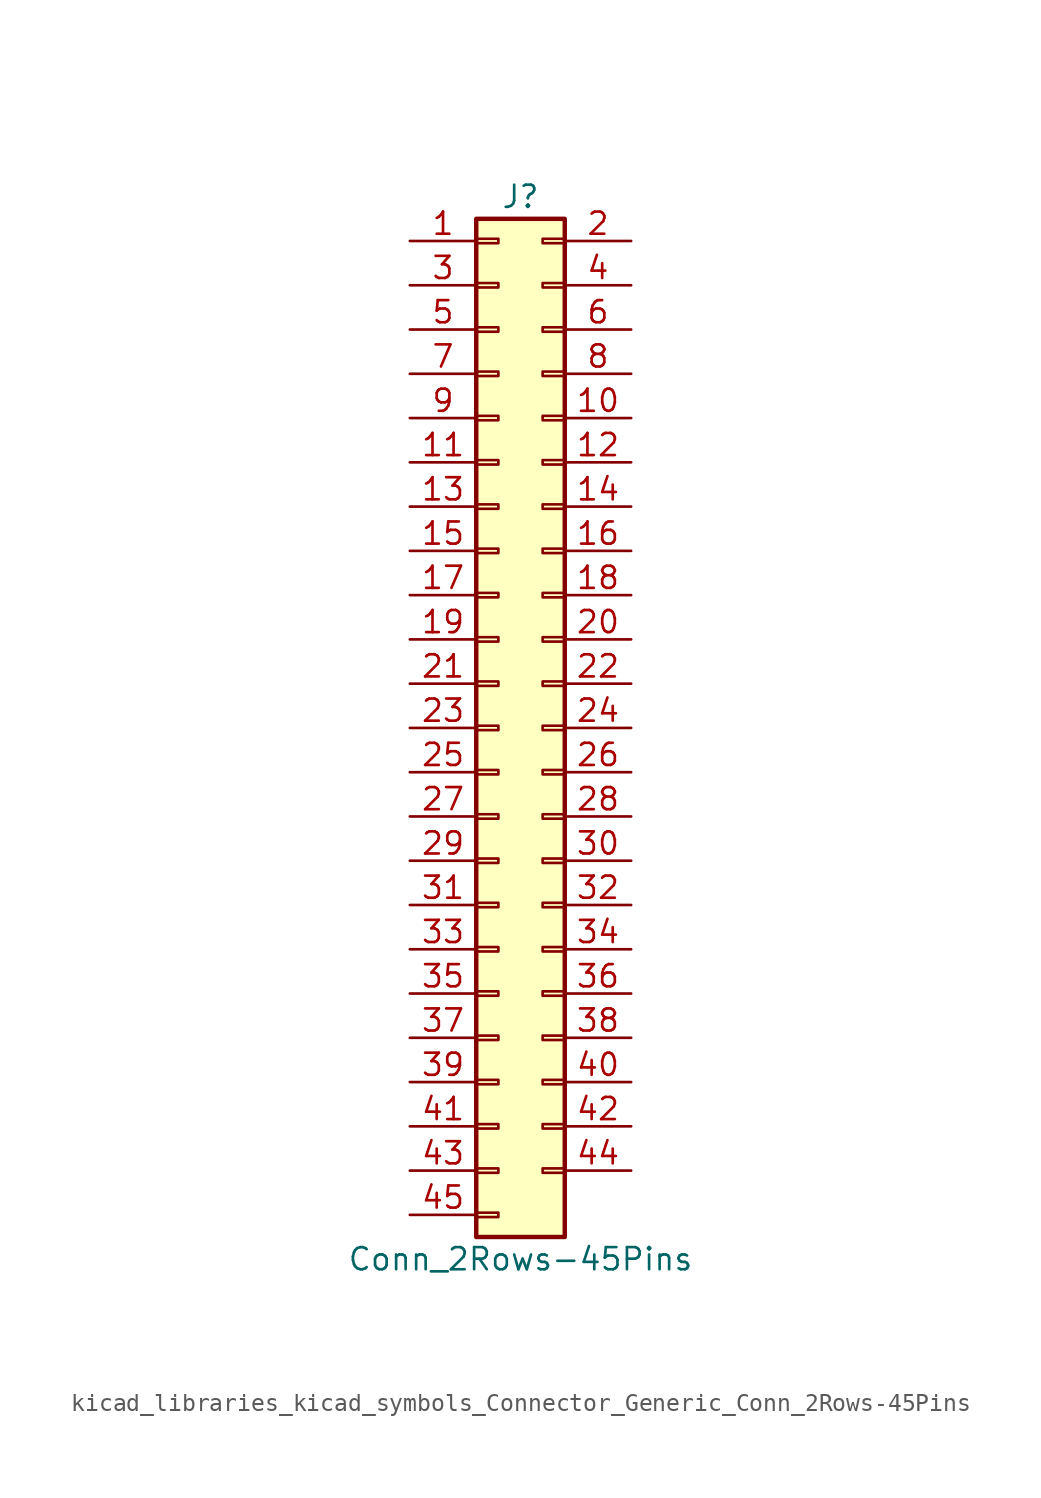
<source format=kicad_sym>
(kicad_symbol_lib
  (version 20220914)
  (generator kicad_symbol_editor)
  (symbol "kicad_libraries_kicad_symbols_Connector_Generic_Conn_2Rows-45Pins"
    (pin_names
      (offset 1.016) hide)
    (property "Reference" "J"
      (at 1.27 30.48 0)
      (effects (font (size 1.27 1.27))))
    (property "Value" "Conn_2Rows-45Pins"
      (at 1.27 -30.48 0)
      (effects (font (size 1.27 1.27))))
    (symbol "kicad_libraries_kicad_symbols_Connector_Generic_Conn_2Rows-45Pins_1_1"
      (rectangle (start -1.27 -27.813) (end 0 -28.067) (stroke (width 0.152) (type default)) (fill (type none)))
      (rectangle (start -1.27 -25.273) (end 0 -25.527) (stroke (width 0.152) (type default)) (fill (type none)))
      (rectangle (start -1.27 -22.733) (end 0 -22.987) (stroke (width 0.152) (type default)) (fill (type none)))
      (rectangle (start -1.27 -20.193) (end 0 -20.447) (stroke (width 0.152) (type default)) (fill (type none)))
      (rectangle (start -1.27 -17.653) (end 0 -17.907) (stroke (width 0.152) (type default)) (fill (type none)))
      (rectangle (start -1.27 -15.113) (end 0 -15.367) (stroke (width 0.152) (type default)) (fill (type none)))
      (rectangle (start -1.27 -12.573) (end 0 -12.827) (stroke (width 0.152) (type default)) (fill (type none)))
      (rectangle (start -1.27 -10.033) (end 0 -10.287) (stroke (width 0.152) (type default)) (fill (type none)))
      (rectangle (start -1.27 -7.493) (end 0 -7.747) (stroke (width 0.152) (type default)) (fill (type none)))
      (rectangle (start -1.27 -4.953) (end 0 -5.207) (stroke (width 0.152) (type default)) (fill (type none)))
      (rectangle (start -1.27 -2.413) (end 0 -2.667) (stroke (width 0.152) (type default)) (fill (type none)))
      (rectangle (start -1.27 0.127) (end 0 -0.127) (stroke (width 0.152) (type default)) (fill (type none)))
      (rectangle (start -1.27 2.667) (end 0 2.413) (stroke (width 0.152) (type default)) (fill (type none)))
      (rectangle (start -1.27 5.207) (end 0 4.953) (stroke (width 0.152) (type default)) (fill (type none)))
      (rectangle (start -1.27 7.747) (end 0 7.493) (stroke (width 0.152) (type default)) (fill (type none)))
      (rectangle (start -1.27 10.287) (end 0 10.033) (stroke (width 0.152) (type default)) (fill (type none)))
      (rectangle (start -1.27 12.827) (end 0 12.573) (stroke (width 0.152) (type default)) (fill (type none)))
      (rectangle (start -1.27 15.367) (end 0 15.113) (stroke (width 0.152) (type default)) (fill (type none)))
      (rectangle (start -1.27 17.907) (end 0 17.653) (stroke (width 0.152) (type default)) (fill (type none)))
      (rectangle (start -1.27 20.447) (end 0 20.193) (stroke (width 0.152) (type default)) (fill (type none)))
      (rectangle (start -1.27 22.987) (end 0 22.733) (stroke (width 0.152) (type default)) (fill (type none)))
      (rectangle (start -1.27 25.527) (end 0 25.273) (stroke (width 0.152) (type default)) (fill (type none)))
      (rectangle (start -1.27 28.067) (end 0 27.813) (stroke (width 0.152) (type default)) (fill (type none)))
      (rectangle (start -1.27 29.21) (end 3.81 -29.21) (stroke (width 0.254) (type default)) (fill (type background)))
      (rectangle (start 3.81 -25.273) (end 2.54 -25.527) (stroke (width 0.152) (type default)) (fill (type none)))
      (rectangle (start 3.81 -22.733) (end 2.54 -22.987) (stroke (width 0.152) (type default)) (fill (type none)))
      (rectangle (start 3.81 -20.193) (end 2.54 -20.447) (stroke (width 0.152) (type default)) (fill (type none)))
      (rectangle (start 3.81 -17.653) (end 2.54 -17.907) (stroke (width 0.152) (type default)) (fill (type none)))
      (rectangle (start 3.81 -15.113) (end 2.54 -15.367) (stroke (width 0.152) (type default)) (fill (type none)))
      (rectangle (start 3.81 -12.573) (end 2.54 -12.827) (stroke (width 0.152) (type default)) (fill (type none)))
      (rectangle (start 3.81 -10.033) (end 2.54 -10.287) (stroke (width 0.152) (type default)) (fill (type none)))
      (rectangle (start 3.81 -7.493) (end 2.54 -7.747) (stroke (width 0.152) (type default)) (fill (type none)))
      (rectangle (start 3.81 -4.953) (end 2.54 -5.207) (stroke (width 0.152) (type default)) (fill (type none)))
      (rectangle (start 3.81 -2.413) (end 2.54 -2.667) (stroke (width 0.152) (type default)) (fill (type none)))
      (rectangle (start 3.81 0.127) (end 2.54 -0.127) (stroke (width 0.152) (type default)) (fill (type none)))
      (rectangle (start 3.81 2.667) (end 2.54 2.413) (stroke (width 0.152) (type default)) (fill (type none)))
      (rectangle (start 3.81 5.207) (end 2.54 4.953) (stroke (width 0.152) (type default)) (fill (type none)))
      (rectangle (start 3.81 7.747) (end 2.54 7.493) (stroke (width 0.152) (type default)) (fill (type none)))
      (rectangle (start 3.81 10.287) (end 2.54 10.033) (stroke (width 0.152) (type default)) (fill (type none)))
      (rectangle (start 3.81 12.827) (end 2.54 12.573) (stroke (width 0.152) (type default)) (fill (type none)))
      (rectangle (start 3.81 15.367) (end 2.54 15.113) (stroke (width 0.152) (type default)) (fill (type none)))
      (rectangle (start 3.81 17.907) (end 2.54 17.653) (stroke (width 0.152) (type default)) (fill (type none)))
      (rectangle (start 3.81 20.447) (end 2.54 20.193) (stroke (width 0.152) (type default)) (fill (type none)))
      (rectangle (start 3.81 22.987) (end 2.54 22.733) (stroke (width 0.152) (type default)) (fill (type none)))
      (rectangle (start 3.81 25.527) (end 2.54 25.273) (stroke (width 0.152) (type default)) (fill (type none)))
      (rectangle (start 3.81 28.067) (end 2.54 27.813) (stroke (width 0.152) (type default)) (fill (type none)))
      (pin passive line (at -5.08 27.94 0) (length 3.81) (name "Pin_1" (effects (font (size 1.27 1.27)))) (number "1" (effects (font (size 1.27 1.27)))))
      (pin passive line (at 7.62 17.78 180) (length 3.81) (name "Pin_10" (effects (font (size 1.27 1.27)))) (number "10" (effects (font (size 1.27 1.27)))))
      (pin passive line (at -5.08 15.24 0) (length 3.81) (name "Pin_11" (effects (font (size 1.27 1.27)))) (number "11" (effects (font (size 1.27 1.27)))))
      (pin passive line (at 7.62 15.24 180) (length 3.81) (name "Pin_12" (effects (font (size 1.27 1.27)))) (number "12" (effects (font (size 1.27 1.27)))))
      (pin passive line (at -5.08 12.7 0) (length 3.81) (name "Pin_13" (effects (font (size 1.27 1.27)))) (number "13" (effects (font (size 1.27 1.27)))))
      (pin passive line (at 7.62 12.7 180) (length 3.81) (name "Pin_14" (effects (font (size 1.27 1.27)))) (number "14" (effects (font (size 1.27 1.27)))))
      (pin passive line (at -5.08 10.16 0) (length 3.81) (name "Pin_15" (effects (font (size 1.27 1.27)))) (number "15" (effects (font (size 1.27 1.27)))))
      (pin passive line (at 7.62 10.16 180) (length 3.81) (name "Pin_16" (effects (font (size 1.27 1.27)))) (number "16" (effects (font (size 1.27 1.27)))))
      (pin passive line (at -5.08 7.62 0) (length 3.81) (name "Pin_17" (effects (font (size 1.27 1.27)))) (number "17" (effects (font (size 1.27 1.27)))))
      (pin passive line (at 7.62 7.62 180) (length 3.81) (name "Pin_18" (effects (font (size 1.27 1.27)))) (number "18" (effects (font (size 1.27 1.27)))))
      (pin passive line (at -5.08 5.08 0) (length 3.81) (name "Pin_19" (effects (font (size 1.27 1.27)))) (number "19" (effects (font (size 1.27 1.27)))))
      (pin passive line (at 7.62 27.94 180) (length 3.81) (name "Pin_2" (effects (font (size 1.27 1.27)))) (number "2" (effects (font (size 1.27 1.27)))))
      (pin passive line (at 7.62 5.08 180) (length 3.81) (name "Pin_20" (effects (font (size 1.27 1.27)))) (number "20" (effects (font (size 1.27 1.27)))))
      (pin passive line (at -5.08 2.54 0) (length 3.81) (name "Pin_21" (effects (font (size 1.27 1.27)))) (number "21" (effects (font (size 1.27 1.27)))))
      (pin passive line (at 7.62 2.54 180) (length 3.81) (name "Pin_22" (effects (font (size 1.27 1.27)))) (number "22" (effects (font (size 1.27 1.27)))))
      (pin passive line (at -5.08 0 0) (length 3.81) (name "Pin_23" (effects (font (size 1.27 1.27)))) (number "23" (effects (font (size 1.27 1.27)))))
      (pin passive line (at 7.62 0 180) (length 3.81) (name "Pin_24" (effects (font (size 1.27 1.27)))) (number "24" (effects (font (size 1.27 1.27)))))
      (pin passive line (at -5.08 -2.54 0) (length 3.81) (name "Pin_25" (effects (font (size 1.27 1.27)))) (number "25" (effects (font (size 1.27 1.27)))))
      (pin passive line (at 7.62 -2.54 180) (length 3.81) (name "Pin_26" (effects (font (size 1.27 1.27)))) (number "26" (effects (font (size 1.27 1.27)))))
      (pin passive line (at -5.08 -5.08 0) (length 3.81) (name "Pin_27" (effects (font (size 1.27 1.27)))) (number "27" (effects (font (size 1.27 1.27)))))
      (pin passive line (at 7.62 -5.08 180) (length 3.81) (name "Pin_28" (effects (font (size 1.27 1.27)))) (number "28" (effects (font (size 1.27 1.27)))))
      (pin passive line (at -5.08 -7.62 0) (length 3.81) (name "Pin_29" (effects (font (size 1.27 1.27)))) (number "29" (effects (font (size 1.27 1.27)))))
      (pin passive line (at -5.08 25.4 0) (length 3.81) (name "Pin_3" (effects (font (size 1.27 1.27)))) (number "3" (effects (font (size 1.27 1.27)))))
      (pin passive line (at 7.62 -7.62 180) (length 3.81) (name "Pin_30" (effects (font (size 1.27 1.27)))) (number "30" (effects (font (size 1.27 1.27)))))
      (pin passive line (at -5.08 -10.16 0) (length 3.81) (name "Pin_31" (effects (font (size 1.27 1.27)))) (number "31" (effects (font (size 1.27 1.27)))))
      (pin passive line (at 7.62 -10.16 180) (length 3.81) (name "Pin_32" (effects (font (size 1.27 1.27)))) (number "32" (effects (font (size 1.27 1.27)))))
      (pin passive line (at -5.08 -12.7 0) (length 3.81) (name "Pin_33" (effects (font (size 1.27 1.27)))) (number "33" (effects (font (size 1.27 1.27)))))
      (pin passive line (at 7.62 -12.7 180) (length 3.81) (name "Pin_34" (effects (font (size 1.27 1.27)))) (number "34" (effects (font (size 1.27 1.27)))))
      (pin passive line (at -5.08 -15.24 0) (length 3.81) (name "Pin_35" (effects (font (size 1.27 1.27)))) (number "35" (effects (font (size 1.27 1.27)))))
      (pin passive line (at 7.62 -15.24 180) (length 3.81) (name "Pin_36" (effects (font (size 1.27 1.27)))) (number "36" (effects (font (size 1.27 1.27)))))
      (pin passive line (at -5.08 -17.78 0) (length 3.81) (name "Pin_37" (effects (font (size 1.27 1.27)))) (number "37" (effects (font (size 1.27 1.27)))))
      (pin passive line (at 7.62 -17.78 180) (length 3.81) (name "Pin_38" (effects (font (size 1.27 1.27)))) (number "38" (effects (font (size 1.27 1.27)))))
      (pin passive line (at -5.08 -20.32 0) (length 3.81) (name "Pin_39" (effects (font (size 1.27 1.27)))) (number "39" (effects (font (size 1.27 1.27)))))
      (pin passive line (at 7.62 25.4 180) (length 3.81) (name "Pin_4" (effects (font (size 1.27 1.27)))) (number "4" (effects (font (size 1.27 1.27)))))
      (pin passive line (at 7.62 -20.32 180) (length 3.81) (name "Pin_40" (effects (font (size 1.27 1.27)))) (number "40" (effects (font (size 1.27 1.27)))))
      (pin passive line (at -5.08 -22.86 0) (length 3.81) (name "Pin_41" (effects (font (size 1.27 1.27)))) (number "41" (effects (font (size 1.27 1.27)))))
      (pin passive line (at 7.62 -22.86 180) (length 3.81) (name "Pin_42" (effects (font (size 1.27 1.27)))) (number "42" (effects (font (size 1.27 1.27)))))
      (pin passive line (at -5.08 -25.4 0) (length 3.81) (name "Pin_43" (effects (font (size 1.27 1.27)))) (number "43" (effects (font (size 1.27 1.27)))))
      (pin passive line (at 7.62 -25.4 180) (length 3.81) (name "Pin_44" (effects (font (size 1.27 1.27)))) (number "44" (effects (font (size 1.27 1.27)))))
      (pin passive line (at -5.08 -27.94 0) (length 3.81) (name "Pin_45" (effects (font (size 1.27 1.27)))) (number "45" (effects (font (size 1.27 1.27)))))
      (pin passive line (at -5.08 22.86 0) (length 3.81) (name "Pin_5" (effects (font (size 1.27 1.27)))) (number "5" (effects (font (size 1.27 1.27)))))
      (pin passive line (at 7.62 22.86 180) (length 3.81) (name "Pin_6" (effects (font (size 1.27 1.27)))) (number "6" (effects (font (size 1.27 1.27)))))
      (pin passive line (at -5.08 20.32 0) (length 3.81) (name "Pin_7" (effects (font (size 1.27 1.27)))) (number "7" (effects (font (size 1.27 1.27)))))
      (pin passive line (at 7.62 20.32 180) (length 3.81) (name "Pin_8" (effects (font (size 1.27 1.27)))) (number "8" (effects (font (size 1.27 1.27)))))
      (pin passive line (at -5.08 17.78 0) (length 3.81) (name "Pin_9" (effects (font (size 1.27 1.27)))) (number "9" (effects (font (size 1.27 1.27))))))))
</source>
